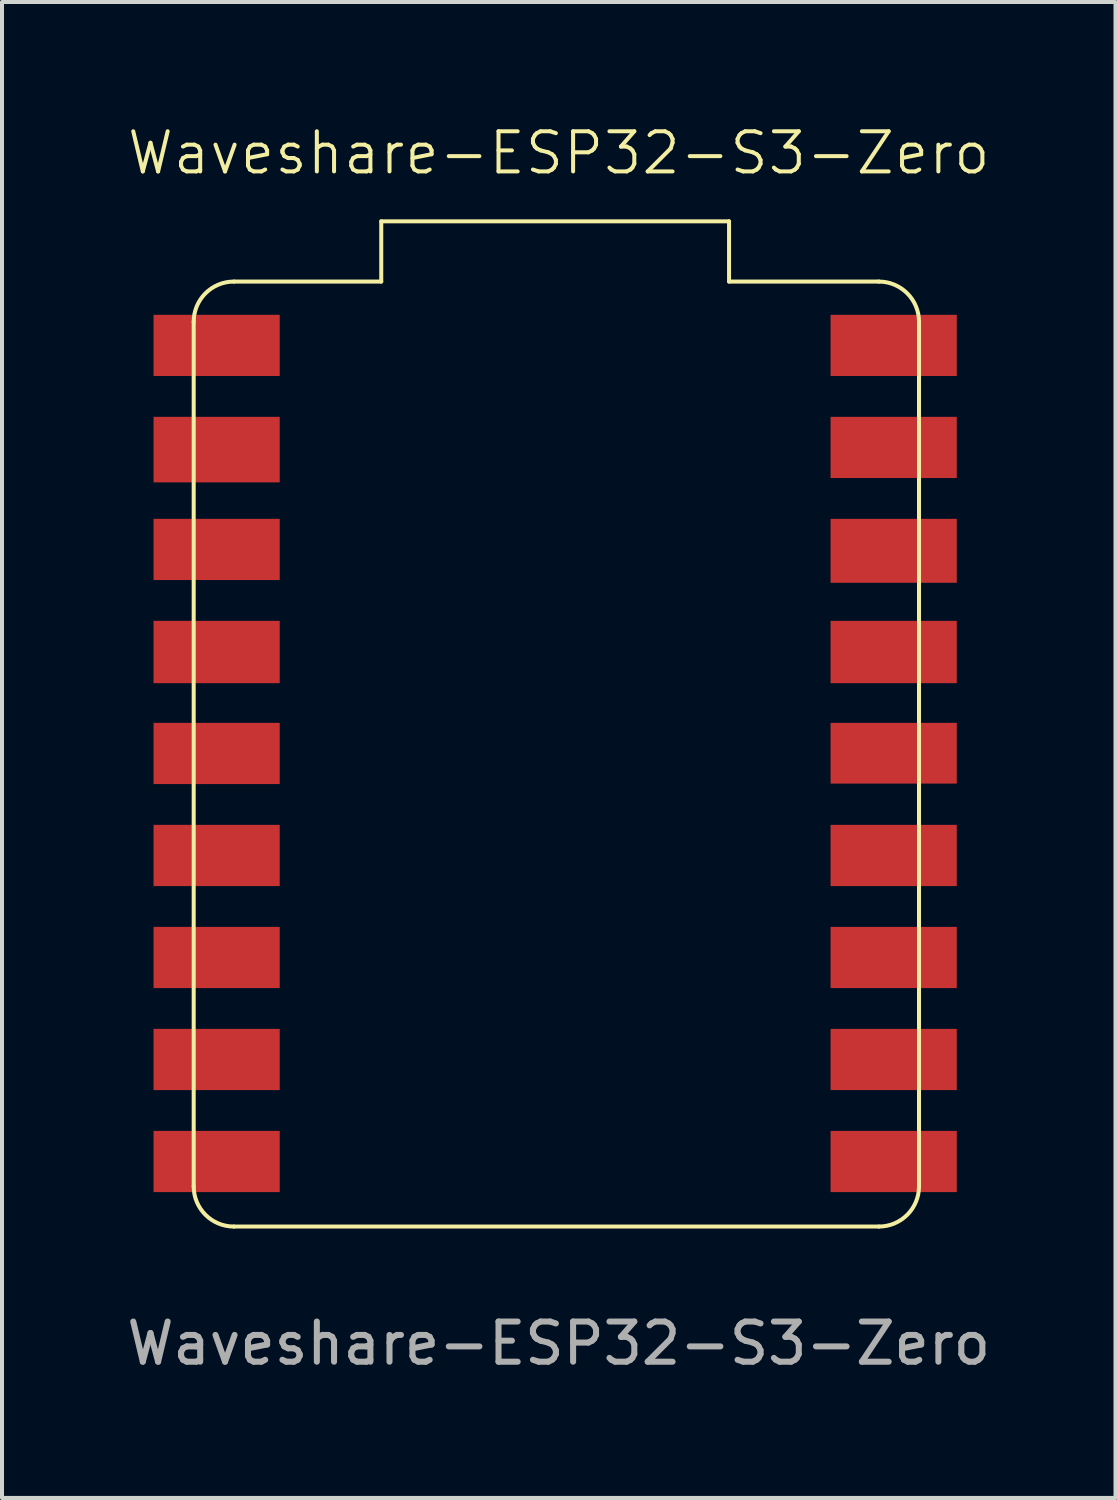
<source format=kicad_pcb>
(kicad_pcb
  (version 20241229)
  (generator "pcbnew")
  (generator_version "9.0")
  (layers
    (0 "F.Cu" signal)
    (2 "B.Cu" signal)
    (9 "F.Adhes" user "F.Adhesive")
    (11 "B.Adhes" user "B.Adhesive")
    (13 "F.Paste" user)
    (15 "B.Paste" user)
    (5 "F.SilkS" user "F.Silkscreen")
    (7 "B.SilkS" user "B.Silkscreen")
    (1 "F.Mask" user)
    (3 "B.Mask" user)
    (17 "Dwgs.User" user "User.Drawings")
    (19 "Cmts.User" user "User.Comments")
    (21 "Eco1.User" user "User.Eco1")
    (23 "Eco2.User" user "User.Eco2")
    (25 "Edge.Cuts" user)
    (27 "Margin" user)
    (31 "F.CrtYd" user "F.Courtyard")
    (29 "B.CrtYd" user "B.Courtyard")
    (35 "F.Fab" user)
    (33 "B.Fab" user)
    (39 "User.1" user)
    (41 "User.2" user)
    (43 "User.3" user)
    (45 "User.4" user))
  (footprint "Waveshare-ESP32-S3-Zero"
    (layer "F.Cu")
    (at 1.773 3.961)
    (property "Reference" "Waveshare-ESP32-S3-Zero" (at 9.09 -3.2 0) (unlocked yes) (layer "F.SilkS") (effects (font (size 1 1) (thickness 0.1))))
    (attr through_hole)
    (fp_line (start 0 22.53) (end 0 1) (stroke (width 0.1) (type default)) (layer "F.SilkS"))
    (fp_line (start 1 0) (end 4.67 0) (stroke (width 0.1) (type default)) (layer "F.SilkS"))
    (fp_line (start 4.67 -1.5) (end 13.33 -1.5) (stroke (width 0.1) (type default)) (layer "F.SilkS"))
    (fp_line (start 4.67 0) (end 4.67 -1.5) (stroke (width 0.1) (type default)) (layer "F.SilkS"))
    (fp_line (start 13.33 -1.5) (end 13.33 0) (stroke (width 0.1) (type default)) (layer "F.SilkS"))
    (fp_line (start 13.33 0) (end 17.06 0) (stroke (width 0.1) (type default)) (layer "F.SilkS"))
    (fp_line (start 17.06 23.53) (end 1 23.53) (stroke (width 0.1) (type default)) (layer "F.SilkS"))
    (fp_line (start 18.06 1) (end 18.06 22.53) (stroke (width 0.1) (type default)) (layer "F.SilkS"))
    (fp_arc (start 0 1) (mid 0.292893 0.292893) (end 1 0) (stroke (width 0.1) (type default)) (layer "F.SilkS"))
    (fp_arc (start 1 23.53) (mid 0.292893 23.237107) (end 0 22.53) (stroke (width 0.1) (type default)) (layer "F.SilkS"))
    (fp_arc (start 17.06 0) (mid 17.767107 0.292893) (end 18.06 1) (stroke (width 0.1) (type default)) (layer "F.SilkS"))
    (fp_arc (start 18.06 22.53) (mid 17.767107 23.237107) (end 17.06 23.53) (stroke (width 0.1) (type default)) (layer "F.SilkS"))
    (fp_text user "${REFERENCE}" (at 9.09 26.44 0) (unlocked yes) (layer "F.Fab") (effects (font (size 1 1) (thickness 0.15))))
    (pad "1" smd rect (at 1.38 1.59) (size 3.142 1.524) (drill (offset -0.809 0)) (layers "F.Cu" "F.Mask" "F.Paste"))
    (pad "2" smd rect (at 0.571 4.184) (size 3.142 1.632) (layers "F.Cu" "F.Mask" "F.Paste"))
    (pad "3" smd rect (at 0.571 6.67) (size 3.142 1.524) (layers "F.Cu" "F.Mask" "F.Paste"))
    (pad "4" smd rect (at 0.571 9.224) (size 3.142 1.552) (layers "F.Cu" "F.Mask" "F.Paste"))
    (pad "5" smd rect (at 0.571 11.75) (size 3.142 1.524) (layers "F.Cu" "F.Mask" "F.Paste"))
    (pad "6" smd rect (at 0.571 14.29) (size 3.142 1.524) (layers "F.Cu" "F.Mask" "F.Paste"))
    (pad "7" smd rect (at 0.571 16.83) (size 3.142 1.524) (layers "F.Cu" "F.Mask" "F.Paste"))
    (pad "8" smd rect (at 0.571 19.37) (size 3.142 1.524) (layers "F.Cu" "F.Mask" "F.Paste"))
    (pad "9" smd rect (at 0.571 21.91) (size 3.142 1.524) (layers "F.Cu" "F.Mask" "F.Paste"))
    (pad "10" smd rect (at 17.429 21.91) (size 3.142 1.524) (layers "F.Cu" "F.Mask" "F.Paste"))
    (pad "11" smd rect (at 17.429 19.37) (size 3.142 1.524) (layers "F.Cu" "F.Mask" "F.Paste"))
    (pad "12" smd rect (at 17.429 16.83) (size 3.142 1.524) (layers "F.Cu" "F.Mask" "F.Paste"))
    (pad "13" smd rect (at 17.429 14.29) (size 3.142 1.524) (layers "F.Cu" "F.Mask" "F.Paste"))
    (pad "14" smd rect (at 17.429 11.744) (size 3.142 1.512) (layers "F.Cu" "F.Mask" "F.Paste"))
    (pad "15" smd rect (at 17.429 9.224) (size 3.142 1.552) (layers "F.Cu" "F.Mask" "F.Paste"))
    (pad "16" smd rect (at 17.429 6.704) (size 3.142 1.592) (layers "F.Cu" "F.Mask" "F.Paste"))
    (pad "17" smd rect (at 17.429 4.13) (size 3.142 1.524) (layers "F.Cu" "F.Mask" "F.Paste"))
    (pad "18" smd rect (at 17.429 1.59) (size 3.142 1.524) (layers "F.Cu" "F.Mask" "F.Paste")))
  (gr_rect
    (start -3 -3)
    (end 24.726 34.249)
    (stroke (width 0.1) (type default))
    (fill no)
    (layer "Edge.Cuts")))
</source>
